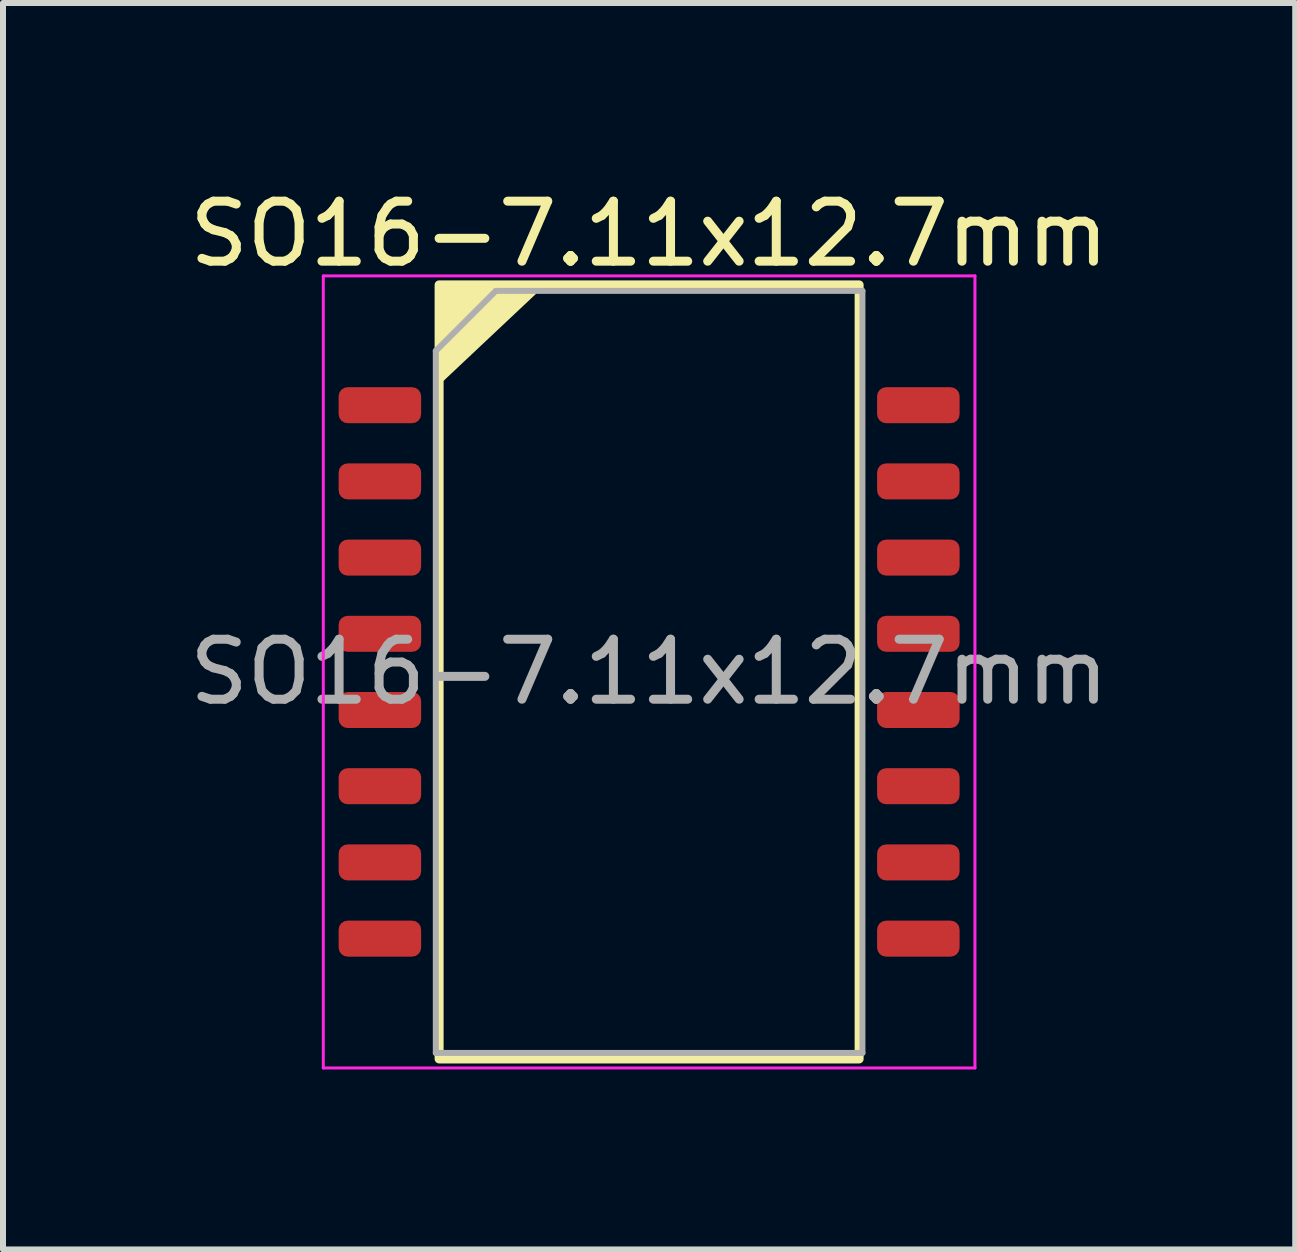
<source format=kicad_pcb>
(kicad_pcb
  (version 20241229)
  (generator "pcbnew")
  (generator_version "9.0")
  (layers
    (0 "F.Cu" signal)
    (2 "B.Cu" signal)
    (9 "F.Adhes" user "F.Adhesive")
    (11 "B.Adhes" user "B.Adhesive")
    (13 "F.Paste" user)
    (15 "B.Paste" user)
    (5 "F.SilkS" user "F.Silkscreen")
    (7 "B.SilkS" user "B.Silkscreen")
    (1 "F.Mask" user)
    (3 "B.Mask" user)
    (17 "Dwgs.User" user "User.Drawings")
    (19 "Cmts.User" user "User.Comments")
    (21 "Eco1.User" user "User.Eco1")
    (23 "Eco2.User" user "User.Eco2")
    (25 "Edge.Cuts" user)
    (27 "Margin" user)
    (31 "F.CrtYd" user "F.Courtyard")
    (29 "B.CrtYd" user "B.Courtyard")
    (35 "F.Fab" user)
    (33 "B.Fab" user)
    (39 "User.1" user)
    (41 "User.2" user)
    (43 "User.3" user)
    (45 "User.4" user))
  (footprint "SO16-7.11x12.7mm"
    (layer "F.Cu")
    (at 7.768 8.148)
    (property "Reference" "SO16-7.11x12.7mm" (at 0 -7.3 0) (layer "F.SilkS") (effects (font (size 1 1) (thickness 0.15))))
    (attr smd)
    (fp_rect (start -3.5 -6.45) (end 3.5 6.45) (stroke (width 0.15) (type default)) (fill no) (layer "F.SilkS"))
    (fp_poly (pts (xy -3.5 -4.85) (xy -3.5 -6.45) (xy -1.8 -6.45)) (stroke (width 0.1) (type solid)) (fill yes) (layer "F.SilkS"))
    (fp_line (start -5.43 -6.6) (end -5.43 6.6) (stroke (width 0.05) (type solid)) (layer "F.CrtYd"))
    (fp_line (start -5.43 6.6) (end 5.43 6.6) (stroke (width 0.05) (type solid)) (layer "F.CrtYd"))
    (fp_line (start 5.43 -6.6) (end -5.43 -6.6) (stroke (width 0.05) (type solid)) (layer "F.CrtYd"))
    (fp_line (start 5.43 6.6) (end 5.43 -6.6) (stroke (width 0.05) (type solid)) (layer "F.CrtYd"))
    (fp_line (start -3.555 -5.35) (end -2.555 -6.35) (stroke (width 0.1) (type solid)) (layer "F.Fab"))
    (fp_line (start -3.555 6.35) (end -3.555 -5.35) (stroke (width 0.1) (type solid)) (layer "F.Fab"))
    (fp_line (start -2.555 -6.35) (end 3.555 -6.35) (stroke (width 0.1) (type solid)) (layer "F.Fab"))
    (fp_line (start 3.555 -6.35) (end 3.555 6.35) (stroke (width 0.1) (type solid)) (layer "F.Fab"))
    (fp_line (start 3.555 6.35) (end -3.555 6.35) (stroke (width 0.1) (type solid)) (layer "F.Fab"))
    (fp_text user "${REFERENCE}" (at 0 0 0) (layer "F.Fab") (effects (font (size 1 1) (thickness 0.15))))
    (pad "1" smd roundrect (at -4.487 -4.445) (size 1.375 0.6) (layers "F.Cu" "F.Mask" "F.Paste") (roundrect_rratio 0.25))
    (pad "2" smd roundrect (at -4.487 -3.175) (size 1.375 0.6) (layers "F.Cu" "F.Mask" "F.Paste") (roundrect_rratio 0.25))
    (pad "3" smd roundrect (at -4.487 -1.905) (size 1.375 0.6) (layers "F.Cu" "F.Mask" "F.Paste") (roundrect_rratio 0.25))
    (pad "4" smd roundrect (at -4.487 -0.635) (size 1.375 0.6) (layers "F.Cu" "F.Mask" "F.Paste") (roundrect_rratio 0.25))
    (pad "5" smd roundrect (at -4.487 0.635) (size 1.375 0.6) (layers "F.Cu" "F.Mask" "F.Paste") (roundrect_rratio 0.25))
    (pad "6" smd roundrect (at -4.487 1.905) (size 1.375 0.6) (layers "F.Cu" "F.Mask" "F.Paste") (roundrect_rratio 0.25))
    (pad "7" smd roundrect (at -4.487 3.175) (size 1.375 0.6) (layers "F.Cu" "F.Mask" "F.Paste") (roundrect_rratio 0.25))
    (pad "8" smd roundrect (at -4.487 4.445) (size 1.375 0.6) (layers "F.Cu" "F.Mask" "F.Paste") (roundrect_rratio 0.25))
    (pad "9" smd roundrect (at 4.487 4.445) (size 1.375 0.6) (layers "F.Cu" "F.Mask" "F.Paste") (roundrect_rratio 0.25))
    (pad "10" smd roundrect (at 4.487 3.175) (size 1.375 0.6) (layers "F.Cu" "F.Mask" "F.Paste") (roundrect_rratio 0.25))
    (pad "11" smd roundrect (at 4.487 1.905) (size 1.375 0.6) (layers "F.Cu" "F.Mask" "F.Paste") (roundrect_rratio 0.25))
    (pad "12" smd roundrect (at 4.487 0.635) (size 1.375 0.6) (layers "F.Cu" "F.Mask" "F.Paste") (roundrect_rratio 0.25))
    (pad "13" smd roundrect (at 4.487 -0.635) (size 1.375 0.6) (layers "F.Cu" "F.Mask" "F.Paste") (roundrect_rratio 0.25))
    (pad "14" smd roundrect (at 4.487 -1.905) (size 1.375 0.6) (layers "F.Cu" "F.Mask" "F.Paste") (roundrect_rratio 0.25))
    (pad "15" smd roundrect (at 4.487 -3.175) (size 1.375 0.6) (layers "F.Cu" "F.Mask" "F.Paste") (roundrect_rratio 0.25))
    (pad "16" smd roundrect (at 4.487 -4.445) (size 1.375 0.6) (layers "F.Cu" "F.Mask" "F.Paste") (roundrect_rratio 0.25)))
  (gr_rect
    (start -3 -3)
    (end 18.536 17.773)
    (stroke (width 0.1) (type default))
    (fill no)
    (layer "Edge.Cuts")))
</source>
